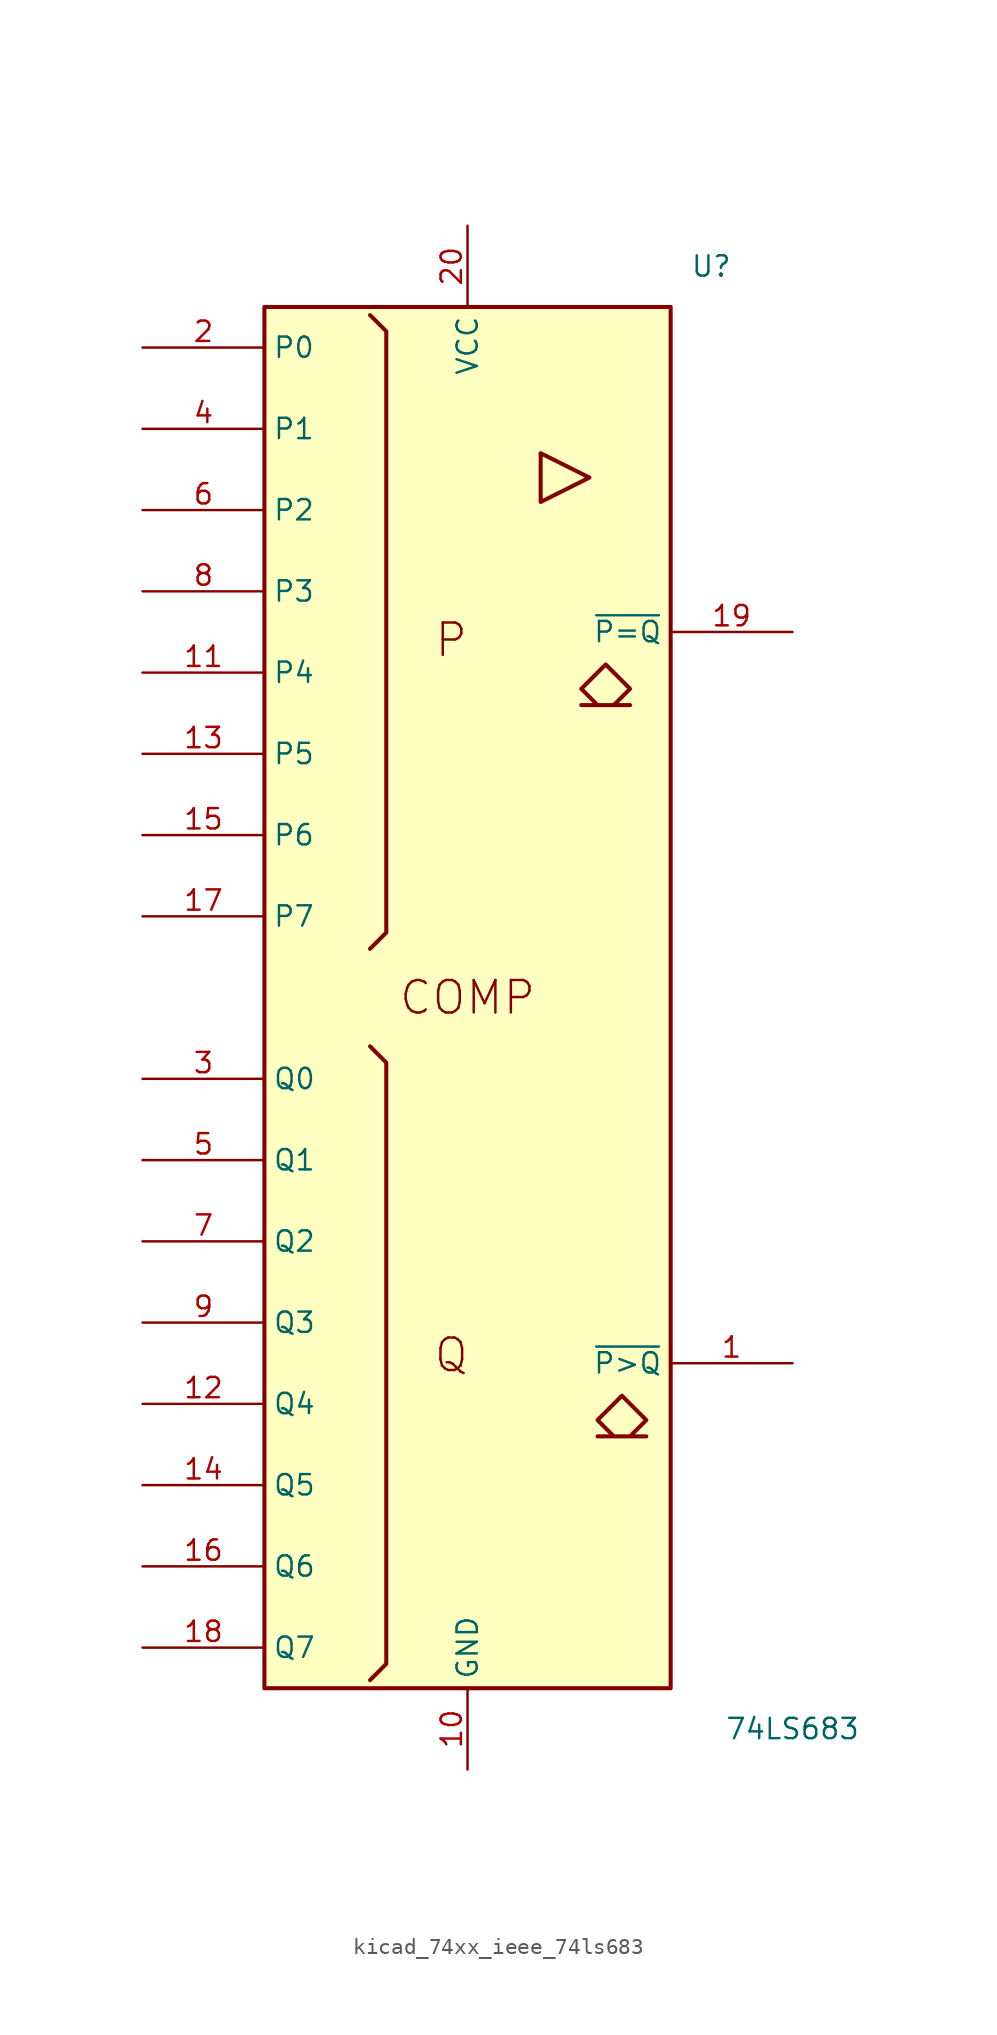
<source format=kicad_sym>
(kicad_symbol_lib
  (version 20220914)
  (generator kicad_symbol_editor)
  (symbol "kicad_74xx_ieee_74ls683"
    (property "Reference" "U"
      (at 15.24 45.72 0)
      (effects (font (size 1.27 1.27))))
    (property "Value" "74LS683"
      (at 20.32 -45.72 0)
      (effects (font (size 1.27 1.27))))
    (symbol "kicad_74xx_ieee_74ls683_0_0"
      (polyline (pts (xy 4.572 34.036) (xy 4.572 30.988) (xy 7.62 32.512) (xy 4.572 34.036) (xy 4.572 34.036)) (stroke (width 0.254) (type default)) (fill (type background)))
      (polyline (pts (xy 8.636 20.828) (xy 10.16 19.304) (xy 9.144 18.288) (xy 10.16 18.288) (xy 7.112 18.288) (xy 8.128 18.288) (xy 7.112 19.304) (xy 8.636 20.828) (xy 8.636 20.828)) (stroke (width 0.254) (type default)) (fill (type background)))
      (polyline (pts (xy 9.652 -24.892) (xy 11.176 -26.416) (xy 10.16 -27.432) (xy 11.176 -27.432) (xy 8.128 -27.432) (xy 9.144 -27.432) (xy 8.128 -26.416) (xy 9.652 -24.892) (xy 9.652 -24.892)) (stroke (width 0.254) (type default)) (fill (type background)))
      (text "COMP" (at 0 0 0) (effects (font (size 2.032 2.032))))
      (text "P" (at -1.016 22.352 0) (effects (font (size 2.032 2.032))))
      (text "Q" (at -1.016 -22.352 0) (effects (font (size 2.032 2.032)))))
    (symbol "kicad_74xx_ieee_74ls683_0_1"
      (rectangle (start -12.7 43.18) (end 12.7 -43.18) (stroke (width 0.254) (type default)) (fill (type background)))
      (polyline (pts (xy -6.096 -3.048) (xy -5.08 -4.064) (xy -5.08 -41.656) (xy -6.096 -42.672) (xy -6.096 -42.672)) (stroke (width 0.254) (type default)) (fill (type background)))
      (polyline (pts (xy -6.096 42.672) (xy -5.08 41.656) (xy -5.08 4.064) (xy -6.096 3.048) (xy -6.096 3.048)) (stroke (width 0.254) (type default)) (fill (type background))))
    (symbol "kicad_74xx_ieee_74ls683_1_1"
      (pin output line (at 20.32 -22.86 180) (length 7.62) (name "~{P>Q}" (effects (font (size 1.27 1.27)))) (number "1" (effects (font (size 1.27 1.27)))))
      (pin power_in line (at 0 -48.26 90) (length 5.08) (name "GND" (effects (font (size 1.27 1.27)))) (number "10" (effects (font (size 1.27 1.27)))))
      (pin input line (at -20.32 20.32 0) (length 7.62) (name "P4" (effects (font (size 1.27 1.27)))) (number "11" (effects (font (size 1.27 1.27)))))
      (pin input line (at -20.32 -25.4 0) (length 7.62) (name "Q4" (effects (font (size 1.27 1.27)))) (number "12" (effects (font (size 1.27 1.27)))))
      (pin input line (at -20.32 15.24 0) (length 7.62) (name "P5" (effects (font (size 1.27 1.27)))) (number "13" (effects (font (size 1.27 1.27)))))
      (pin input line (at -20.32 -30.48 0) (length 7.62) (name "Q5" (effects (font (size 1.27 1.27)))) (number "14" (effects (font (size 1.27 1.27)))))
      (pin input line (at -20.32 10.16 0) (length 7.62) (name "P6" (effects (font (size 1.27 1.27)))) (number "15" (effects (font (size 1.27 1.27)))))
      (pin input line (at -20.32 -35.56 0) (length 7.62) (name "Q6" (effects (font (size 1.27 1.27)))) (number "16" (effects (font (size 1.27 1.27)))))
      (pin input line (at -20.32 5.08 0) (length 7.62) (name "P7" (effects (font (size 1.27 1.27)))) (number "17" (effects (font (size 1.27 1.27)))))
      (pin input line (at -20.32 -40.64 0) (length 7.62) (name "Q7" (effects (font (size 1.27 1.27)))) (number "18" (effects (font (size 1.27 1.27)))))
      (pin output line (at 20.32 22.86 180) (length 7.62) (name "~{P=Q}" (effects (font (size 1.27 1.27)))) (number "19" (effects (font (size 1.27 1.27)))))
      (pin input line (at -20.32 40.64 0) (length 7.62) (name "P0" (effects (font (size 1.27 1.27)))) (number "2" (effects (font (size 1.27 1.27)))))
      (pin power_in line (at 0 48.26 270) (length 5.08) (name "VCC" (effects (font (size 1.27 1.27)))) (number "20" (effects (font (size 1.27 1.27)))))
      (pin input line (at -20.32 -5.08 0) (length 7.62) (name "Q0" (effects (font (size 1.27 1.27)))) (number "3" (effects (font (size 1.27 1.27)))))
      (pin input line (at -20.32 35.56 0) (length 7.62) (name "P1" (effects (font (size 1.27 1.27)))) (number "4" (effects (font (size 1.27 1.27)))))
      (pin input line (at -20.32 -10.16 0) (length 7.62) (name "Q1" (effects (font (size 1.27 1.27)))) (number "5" (effects (font (size 1.27 1.27)))))
      (pin input line (at -20.32 30.48 0) (length 7.62) (name "P2" (effects (font (size 1.27 1.27)))) (number "6" (effects (font (size 1.27 1.27)))))
      (pin input line (at -20.32 -15.24 0) (length 7.62) (name "Q2" (effects (font (size 1.27 1.27)))) (number "7" (effects (font (size 1.27 1.27)))))
      (pin input line (at -20.32 25.4 0) (length 7.62) (name "P3" (effects (font (size 1.27 1.27)))) (number "8" (effects (font (size 1.27 1.27)))))
      (pin input line (at -20.32 -20.32 0) (length 7.62) (name "Q3" (effects (font (size 1.27 1.27)))) (number "9" (effects (font (size 1.27 1.27))))))))
</source>
